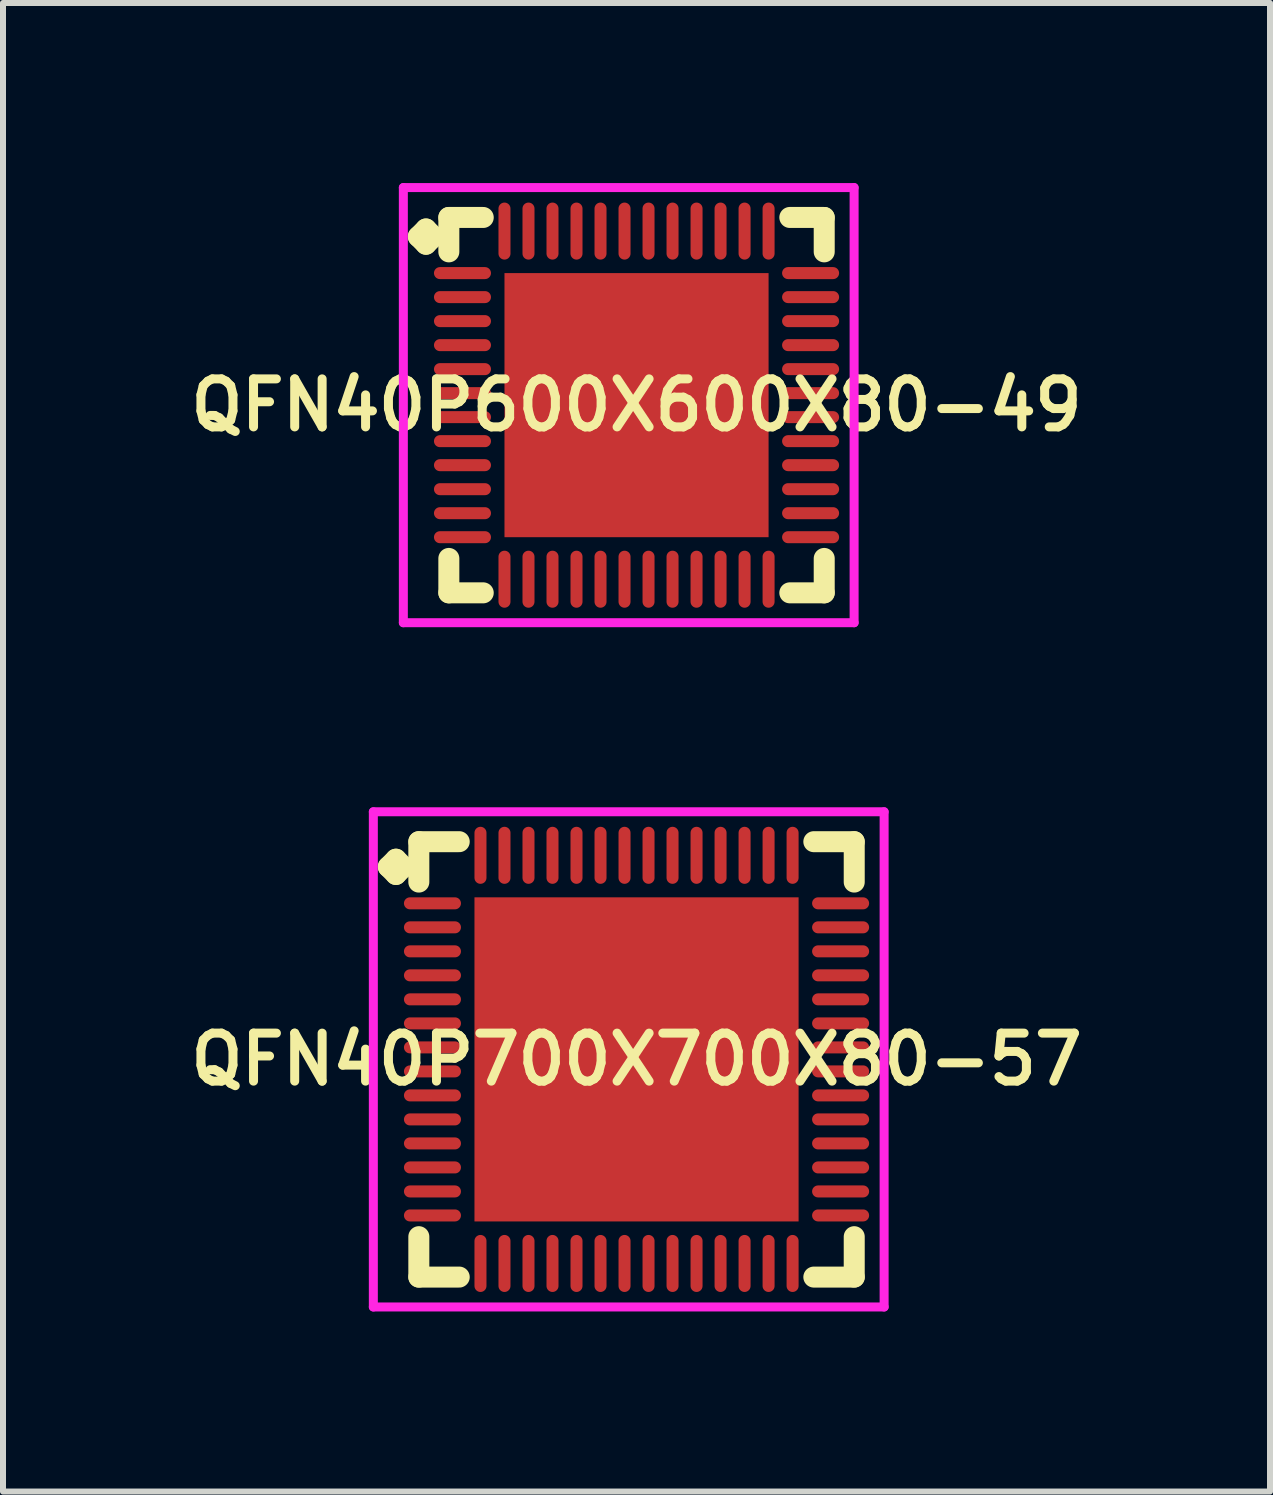
<source format=kicad_pcb>
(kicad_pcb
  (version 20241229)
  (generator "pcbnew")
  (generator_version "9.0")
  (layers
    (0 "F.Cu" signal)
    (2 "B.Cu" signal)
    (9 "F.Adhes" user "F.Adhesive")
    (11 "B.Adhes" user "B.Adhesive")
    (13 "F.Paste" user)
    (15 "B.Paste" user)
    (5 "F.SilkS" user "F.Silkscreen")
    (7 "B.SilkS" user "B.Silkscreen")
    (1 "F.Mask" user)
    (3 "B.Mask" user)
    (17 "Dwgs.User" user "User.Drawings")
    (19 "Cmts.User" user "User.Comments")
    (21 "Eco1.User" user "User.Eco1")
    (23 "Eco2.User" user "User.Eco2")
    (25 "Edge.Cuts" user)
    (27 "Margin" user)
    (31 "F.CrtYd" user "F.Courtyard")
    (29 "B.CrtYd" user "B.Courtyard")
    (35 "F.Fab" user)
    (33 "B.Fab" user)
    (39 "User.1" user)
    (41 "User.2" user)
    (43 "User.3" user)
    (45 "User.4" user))
  (footprint "QFN40P600X600X80-49"
    (layer "F.Cu")
    (at 7.555 3.7)
    (property "Reference" "QFN40P600X600X80-49" (at 0 0 0) (layer "F.SilkS") (effects (font (size 0.8 0.8) (thickness 0.15))))
    (attr smd)
    (fp_line (start -3.635 -2.808) (end -3.508 -2.935) (stroke (width 0.35) (type solid)) (layer "F.SilkS"))
    (fp_line (start -3.508 -2.935) (end -3.381 -2.808) (stroke (width 0.35) (type solid)) (layer "F.SilkS"))
    (fp_line (start -3.508 -2.681) (end -3.635 -2.808) (stroke (width 0.35) (type solid)) (layer "F.SilkS"))
    (fp_line (start -3.381 -2.808) (end -3.508 -2.681) (stroke (width 0.35) (type solid)) (layer "F.SilkS"))
    (fp_line (start -3.127 -3.127) (end -2.554 -3.127) (stroke (width 0.35) (type solid)) (layer "F.SilkS"))
    (fp_line (start -3.127 -2.554) (end -3.127 -3.127) (stroke (width 0.35) (type solid)) (layer "F.SilkS"))
    (fp_line (start -3.127 2.554) (end -3.127 3.127) (stroke (width 0.35) (type solid)) (layer "F.SilkS"))
    (fp_line (start -3.127 3.127) (end -2.554 3.127) (stroke (width 0.35) (type solid)) (layer "F.SilkS"))
    (fp_line (start 2.554 -3.127) (end 3.127 -3.127) (stroke (width 0.35) (type solid)) (layer "F.SilkS"))
    (fp_line (start 2.554 3.127) (end 3.127 3.127) (stroke (width 0.35) (type solid)) (layer "F.SilkS"))
    (fp_line (start 3.127 -3.127) (end 3.127 -2.554) (stroke (width 0.35) (type solid)) (layer "F.SilkS"))
    (fp_line (start 3.127 3.127) (end 3.127 2.554) (stroke (width 0.35) (type solid)) (layer "F.SilkS"))
    (fp_line (start -3.885 -3.625) (end 3.625 -3.625) (stroke (width 0.15) (type solid)) (layer "F.CrtYd"))
    (fp_line (start -3.885 3.625) (end -3.885 -3.625) (stroke (width 0.15) (type solid)) (layer "F.CrtYd"))
    (fp_line (start 3.625 -3.625) (end 3.625 3.625) (stroke (width 0.15) (type solid)) (layer "F.CrtYd"))
    (fp_line (start 3.625 3.625) (end -3.885 3.625) (stroke (width 0.15) (type solid)) (layer "F.CrtYd"))
    (pad "1" smd oval (at -2.9 -2.2) (size 0.95 0.2) (layers "F.Cu" "F.Mask" "F.Paste"))
    (pad "2" smd oval (at -2.9 -1.8) (size 0.95 0.2) (layers "F.Cu" "F.Mask" "F.Paste"))
    (pad "3" smd oval (at -2.9 -1.4) (size 0.95 0.2) (layers "F.Cu" "F.Mask" "F.Paste"))
    (pad "4" smd oval (at -2.9 -1) (size 0.95 0.2) (layers "F.Cu" "F.Mask" "F.Paste"))
    (pad "5" smd oval (at -2.9 -0.6) (size 0.95 0.2) (layers "F.Cu" "F.Mask" "F.Paste"))
    (pad "6" smd oval (at -2.9 -0.2) (size 0.95 0.2) (layers "F.Cu" "F.Mask" "F.Paste"))
    (pad "7" smd oval (at -2.9 0.2) (size 0.95 0.2) (layers "F.Cu" "F.Mask" "F.Paste"))
    (pad "8" smd oval (at -2.9 0.6) (size 0.95 0.2) (layers "F.Cu" "F.Mask" "F.Paste"))
    (pad "9" smd oval (at -2.9 1) (size 0.95 0.2) (layers "F.Cu" "F.Mask" "F.Paste"))
    (pad "10" smd oval (at -2.9 1.4) (size 0.95 0.2) (layers "F.Cu" "F.Mask" "F.Paste"))
    (pad "11" smd oval (at -2.9 1.8) (size 0.95 0.2) (layers "F.Cu" "F.Mask" "F.Paste"))
    (pad "12" smd oval (at -2.9 2.2) (size 0.95 0.2) (layers "F.Cu" "F.Mask" "F.Paste"))
    (pad "13" smd oval (at -2.2 2.9) (size 0.2 0.95) (layers "F.Cu" "F.Mask" "F.Paste"))
    (pad "14" smd oval (at -1.8 2.9) (size 0.2 0.95) (layers "F.Cu" "F.Mask" "F.Paste"))
    (pad "15" smd oval (at -1.4 2.9) (size 0.2 0.95) (layers "F.Cu" "F.Mask" "F.Paste"))
    (pad "16" smd oval (at -1 2.9) (size 0.2 0.95) (layers "F.Cu" "F.Mask" "F.Paste"))
    (pad "17" smd oval (at -0.6 2.9) (size 0.2 0.95) (layers "F.Cu" "F.Mask" "F.Paste"))
    (pad "18" smd oval (at -0.2 2.9) (size 0.2 0.95) (layers "F.Cu" "F.Mask" "F.Paste"))
    (pad "19" smd oval (at 0.2 2.9) (size 0.2 0.95) (layers "F.Cu" "F.Mask" "F.Paste"))
    (pad "20" smd oval (at 0.6 2.9) (size 0.2 0.95) (layers "F.Cu" "F.Mask" "F.Paste"))
    (pad "21" smd oval (at 1 2.9) (size 0.2 0.95) (layers "F.Cu" "F.Mask" "F.Paste"))
    (pad "22" smd oval (at 1.4 2.9) (size 0.2 0.95) (layers "F.Cu" "F.Mask" "F.Paste"))
    (pad "23" smd oval (at 1.8 2.9) (size 0.2 0.95) (layers "F.Cu" "F.Mask" "F.Paste"))
    (pad "24" smd oval (at 2.2 2.9) (size 0.2 0.95) (layers "F.Cu" "F.Mask" "F.Paste"))
    (pad "25" smd oval (at 2.9 2.2) (size 0.95 0.2) (layers "F.Cu" "F.Mask" "F.Paste"))
    (pad "26" smd oval (at 2.9 1.8) (size 0.95 0.2) (layers "F.Cu" "F.Mask" "F.Paste"))
    (pad "27" smd oval (at 2.9 1.4) (size 0.95 0.2) (layers "F.Cu" "F.Mask" "F.Paste"))
    (pad "28" smd oval (at 2.9 1) (size 0.95 0.2) (layers "F.Cu" "F.Mask" "F.Paste"))
    (pad "29" smd oval (at 2.9 0.6) (size 0.95 0.2) (layers "F.Cu" "F.Mask" "F.Paste"))
    (pad "30" smd oval (at 2.9 0.2) (size 0.95 0.2) (layers "F.Cu" "F.Mask" "F.Paste"))
    (pad "31" smd oval (at 2.9 -0.2) (size 0.95 0.2) (layers "F.Cu" "F.Mask" "F.Paste"))
    (pad "32" smd oval (at 2.9 -0.6) (size 0.95 0.2) (layers "F.Cu" "F.Mask" "F.Paste"))
    (pad "33" smd oval (at 2.9 -1) (size 0.95 0.2) (layers "F.Cu" "F.Mask" "F.Paste"))
    (pad "34" smd oval (at 2.9 -1.4) (size 0.95 0.2) (layers "F.Cu" "F.Mask" "F.Paste"))
    (pad "35" smd oval (at 2.9 -1.8) (size 0.95 0.2) (layers "F.Cu" "F.Mask" "F.Paste"))
    (pad "36" smd oval (at 2.9 -2.2) (size 0.95 0.2) (layers "F.Cu" "F.Mask" "F.Paste"))
    (pad "37" smd oval (at 2.2 -2.9) (size 0.2 0.95) (layers "F.Cu" "F.Mask" "F.Paste"))
    (pad "38" smd oval (at 1.8 -2.9) (size 0.2 0.95) (layers "F.Cu" "F.Mask" "F.Paste"))
    (pad "39" smd oval (at 1.4 -2.9) (size 0.2 0.95) (layers "F.Cu" "F.Mask" "F.Paste"))
    (pad "40" smd oval (at 1 -2.9) (size 0.2 0.95) (layers "F.Cu" "F.Mask" "F.Paste"))
    (pad "41" smd oval (at 0.6 -2.9) (size 0.2 0.95) (layers "F.Cu" "F.Mask" "F.Paste"))
    (pad "42" smd oval (at 0.2 -2.9) (size 0.2 0.95) (layers "F.Cu" "F.Mask" "F.Paste"))
    (pad "43" smd oval (at -0.2 -2.9) (size 0.2 0.95) (layers "F.Cu" "F.Mask" "F.Paste"))
    (pad "44" smd oval (at -0.6 -2.9) (size 0.2 0.95) (layers "F.Cu" "F.Mask" "F.Paste"))
    (pad "45" smd oval (at -1 -2.9) (size 0.2 0.95) (layers "F.Cu" "F.Mask" "F.Paste"))
    (pad "46" smd oval (at -1.4 -2.9) (size 0.2 0.95) (layers "F.Cu" "F.Mask" "F.Paste"))
    (pad "47" smd oval (at -1.8 -2.9) (size 0.2 0.95) (layers "F.Cu" "F.Mask" "F.Paste"))
    (pad "48" smd oval (at -2.2 -2.9) (size 0.2 0.95) (layers "F.Cu" "F.Mask" "F.Paste"))
    (pad "49" smd rect (at 0 0) (size 4.4 4.4) (layers "F.Cu" "F.Mask" "F.Paste")))
  (footprint "QFN40P700X700X80-57"
    (layer "F.Cu")
    (at 7.555 14.6)
    (property "Reference" "QFN40P700X700X80-57" (at 0 0 0) (layer "F.SilkS") (effects (font (size 0.8 0.8) (thickness 0.15))))
    (attr smd)
    (fp_line (start -4.135 -3.208) (end -4.008 -3.335) (stroke (width 0.35) (type solid)) (layer "F.SilkS"))
    (fp_line (start -4.008 -3.335) (end -3.881 -3.208) (stroke (width 0.35) (type solid)) (layer "F.SilkS"))
    (fp_line (start -4.008 -3.081) (end -4.135 -3.208) (stroke (width 0.35) (type solid)) (layer "F.SilkS"))
    (fp_line (start -3.881 -3.208) (end -4.008 -3.081) (stroke (width 0.35) (type solid)) (layer "F.SilkS"))
    (fp_line (start -3.627 -3.627) (end -2.954 -3.627) (stroke (width 0.35) (type solid)) (layer "F.SilkS"))
    (fp_line (start -3.627 -2.954) (end -3.627 -3.627) (stroke (width 0.35) (type solid)) (layer "F.SilkS"))
    (fp_line (start -3.627 2.954) (end -3.627 3.627) (stroke (width 0.35) (type solid)) (layer "F.SilkS"))
    (fp_line (start -3.627 3.627) (end -2.954 3.627) (stroke (width 0.35) (type solid)) (layer "F.SilkS"))
    (fp_line (start 2.954 -3.627) (end 3.627 -3.627) (stroke (width 0.35) (type solid)) (layer "F.SilkS"))
    (fp_line (start 2.954 3.627) (end 3.627 3.627) (stroke (width 0.35) (type solid)) (layer "F.SilkS"))
    (fp_line (start 3.627 -3.627) (end 3.627 -2.954) (stroke (width 0.35) (type solid)) (layer "F.SilkS"))
    (fp_line (start 3.627 3.627) (end 3.627 2.954) (stroke (width 0.35) (type solid)) (layer "F.SilkS"))
    (fp_line (start -4.385 -4.125) (end 4.125 -4.125) (stroke (width 0.15) (type solid)) (layer "F.CrtYd"))
    (fp_line (start -4.385 4.125) (end -4.385 -4.125) (stroke (width 0.15) (type solid)) (layer "F.CrtYd"))
    (fp_line (start 4.125 -4.125) (end 4.125 4.125) (stroke (width 0.15) (type solid)) (layer "F.CrtYd"))
    (fp_line (start 4.125 4.125) (end -4.385 4.125) (stroke (width 0.15) (type solid)) (layer "F.CrtYd"))
    (pad "1" smd oval (at -3.4 -2.6) (size 0.95 0.2) (layers "F.Cu" "F.Mask" "F.Paste"))
    (pad "2" smd oval (at -3.4 -2.2) (size 0.95 0.2) (layers "F.Cu" "F.Mask" "F.Paste"))
    (pad "3" smd oval (at -3.4 -1.8) (size 0.95 0.2) (layers "F.Cu" "F.Mask" "F.Paste"))
    (pad "4" smd oval (at -3.4 -1.4) (size 0.95 0.2) (layers "F.Cu" "F.Mask" "F.Paste"))
    (pad "5" smd oval (at -3.4 -1) (size 0.95 0.2) (layers "F.Cu" "F.Mask" "F.Paste"))
    (pad "6" smd oval (at -3.4 -0.6) (size 0.95 0.2) (layers "F.Cu" "F.Mask" "F.Paste"))
    (pad "7" smd oval (at -3.4 -0.2) (size 0.95 0.2) (layers "F.Cu" "F.Mask" "F.Paste"))
    (pad "8" smd oval (at -3.4 0.2) (size 0.95 0.2) (layers "F.Cu" "F.Mask" "F.Paste"))
    (pad "9" smd oval (at -3.4 0.6) (size 0.95 0.2) (layers "F.Cu" "F.Mask" "F.Paste"))
    (pad "10" smd oval (at -3.4 1) (size 0.95 0.2) (layers "F.Cu" "F.Mask" "F.Paste"))
    (pad "11" smd oval (at -3.4 1.4) (size 0.95 0.2) (layers "F.Cu" "F.Mask" "F.Paste"))
    (pad "12" smd oval (at -3.4 1.8) (size 0.95 0.2) (layers "F.Cu" "F.Mask" "F.Paste"))
    (pad "13" smd oval (at -3.4 2.2) (size 0.95 0.2) (layers "F.Cu" "F.Mask" "F.Paste"))
    (pad "14" smd oval (at -3.4 2.6) (size 0.95 0.2) (layers "F.Cu" "F.Mask" "F.Paste"))
    (pad "15" smd oval (at -2.6 3.4) (size 0.2 0.95) (layers "F.Cu" "F.Mask" "F.Paste"))
    (pad "16" smd oval (at -2.2 3.4) (size 0.2 0.95) (layers "F.Cu" "F.Mask" "F.Paste"))
    (pad "17" smd oval (at -1.8 3.4) (size 0.2 0.95) (layers "F.Cu" "F.Mask" "F.Paste"))
    (pad "18" smd oval (at -1.4 3.4) (size 0.2 0.95) (layers "F.Cu" "F.Mask" "F.Paste"))
    (pad "19" smd oval (at -1 3.4) (size 0.2 0.95) (layers "F.Cu" "F.Mask" "F.Paste"))
    (pad "20" smd oval (at -0.6 3.4) (size 0.2 0.95) (layers "F.Cu" "F.Mask" "F.Paste"))
    (pad "21" smd oval (at -0.2 3.4) (size 0.2 0.95) (layers "F.Cu" "F.Mask" "F.Paste"))
    (pad "22" smd oval (at 0.2 3.4) (size 0.2 0.95) (layers "F.Cu" "F.Mask" "F.Paste"))
    (pad "23" smd oval (at 0.6 3.4) (size 0.2 0.95) (layers "F.Cu" "F.Mask" "F.Paste"))
    (pad "24" smd oval (at 1 3.4) (size 0.2 0.95) (layers "F.Cu" "F.Mask" "F.Paste"))
    (pad "25" smd oval (at 1.4 3.4) (size 0.2 0.95) (layers "F.Cu" "F.Mask" "F.Paste"))
    (pad "26" smd oval (at 1.8 3.4) (size 0.2 0.95) (layers "F.Cu" "F.Mask" "F.Paste"))
    (pad "27" smd oval (at 2.2 3.4) (size 0.2 0.95) (layers "F.Cu" "F.Mask" "F.Paste"))
    (pad "28" smd oval (at 2.6 3.4) (size 0.2 0.95) (layers "F.Cu" "F.Mask" "F.Paste"))
    (pad "29" smd oval (at 3.4 2.6) (size 0.95 0.2) (layers "F.Cu" "F.Mask" "F.Paste"))
    (pad "30" smd oval (at 3.4 2.2) (size 0.95 0.2) (layers "F.Cu" "F.Mask" "F.Paste"))
    (pad "31" smd oval (at 3.4 1.8) (size 0.95 0.2) (layers "F.Cu" "F.Mask" "F.Paste"))
    (pad "32" smd oval (at 3.4 1.4) (size 0.95 0.2) (layers "F.Cu" "F.Mask" "F.Paste"))
    (pad "33" smd oval (at 3.4 1) (size 0.95 0.2) (layers "F.Cu" "F.Mask" "F.Paste"))
    (pad "34" smd oval (at 3.4 0.6) (size 0.95 0.2) (layers "F.Cu" "F.Mask" "F.Paste"))
    (pad "35" smd oval (at 3.4 0.2) (size 0.95 0.2) (layers "F.Cu" "F.Mask" "F.Paste"))
    (pad "36" smd oval (at 3.4 -0.2) (size 0.95 0.2) (layers "F.Cu" "F.Mask" "F.Paste"))
    (pad "37" smd oval (at 3.4 -0.6) (size 0.95 0.2) (layers "F.Cu" "F.Mask" "F.Paste"))
    (pad "38" smd oval (at 3.4 -1) (size 0.95 0.2) (layers "F.Cu" "F.Mask" "F.Paste"))
    (pad "39" smd oval (at 3.4 -1.4) (size 0.95 0.2) (layers "F.Cu" "F.Mask" "F.Paste"))
    (pad "40" smd oval (at 3.4 -1.8) (size 0.95 0.2) (layers "F.Cu" "F.Mask" "F.Paste"))
    (pad "41" smd oval (at 3.4 -2.2) (size 0.95 0.2) (layers "F.Cu" "F.Mask" "F.Paste"))
    (pad "42" smd oval (at 3.4 -2.6) (size 0.95 0.2) (layers "F.Cu" "F.Mask" "F.Paste"))
    (pad "43" smd oval (at 2.6 -3.4) (size 0.2 0.95) (layers "F.Cu" "F.Mask" "F.Paste"))
    (pad "44" smd oval (at 2.2 -3.4) (size 0.2 0.95) (layers "F.Cu" "F.Mask" "F.Paste"))
    (pad "45" smd oval (at 1.8 -3.4) (size 0.2 0.95) (layers "F.Cu" "F.Mask" "F.Paste"))
    (pad "46" smd oval (at 1.4 -3.4) (size 0.2 0.95) (layers "F.Cu" "F.Mask" "F.Paste"))
    (pad "47" smd oval (at 1 -3.4) (size 0.2 0.95) (layers "F.Cu" "F.Mask" "F.Paste"))
    (pad "48" smd oval (at 0.6 -3.4) (size 0.2 0.95) (layers "F.Cu" "F.Mask" "F.Paste"))
    (pad "49" smd oval (at 0.2 -3.4) (size 0.2 0.95) (layers "F.Cu" "F.Mask" "F.Paste"))
    (pad "50" smd oval (at -0.2 -3.4) (size 0.2 0.95) (layers "F.Cu" "F.Mask" "F.Paste"))
    (pad "51" smd oval (at -0.6 -3.4) (size 0.2 0.95) (layers "F.Cu" "F.Mask" "F.Paste"))
    (pad "52" smd oval (at -1 -3.4) (size 0.2 0.95) (layers "F.Cu" "F.Mask" "F.Paste"))
    (pad "53" smd oval (at -1.4 -3.4) (size 0.2 0.95) (layers "F.Cu" "F.Mask" "F.Paste"))
    (pad "54" smd oval (at -1.8 -3.4) (size 0.2 0.95) (layers "F.Cu" "F.Mask" "F.Paste"))
    (pad "55" smd oval (at -2.2 -3.4) (size 0.2 0.95) (layers "F.Cu" "F.Mask" "F.Paste"))
    (pad "56" smd oval (at -2.6 -3.4) (size 0.2 0.95) (layers "F.Cu" "F.Mask" "F.Paste"))
    (pad "57" smd rect (at 0 0) (size 5.4 5.4) (layers "F.Cu" "F.Mask" "F.Paste")))
  (gr_rect
    (start -3 -3)
    (end 18.109 21.8)
    (stroke (width 0.1) (type default))
    (fill no)
    (layer "Edge.Cuts")))
</source>
